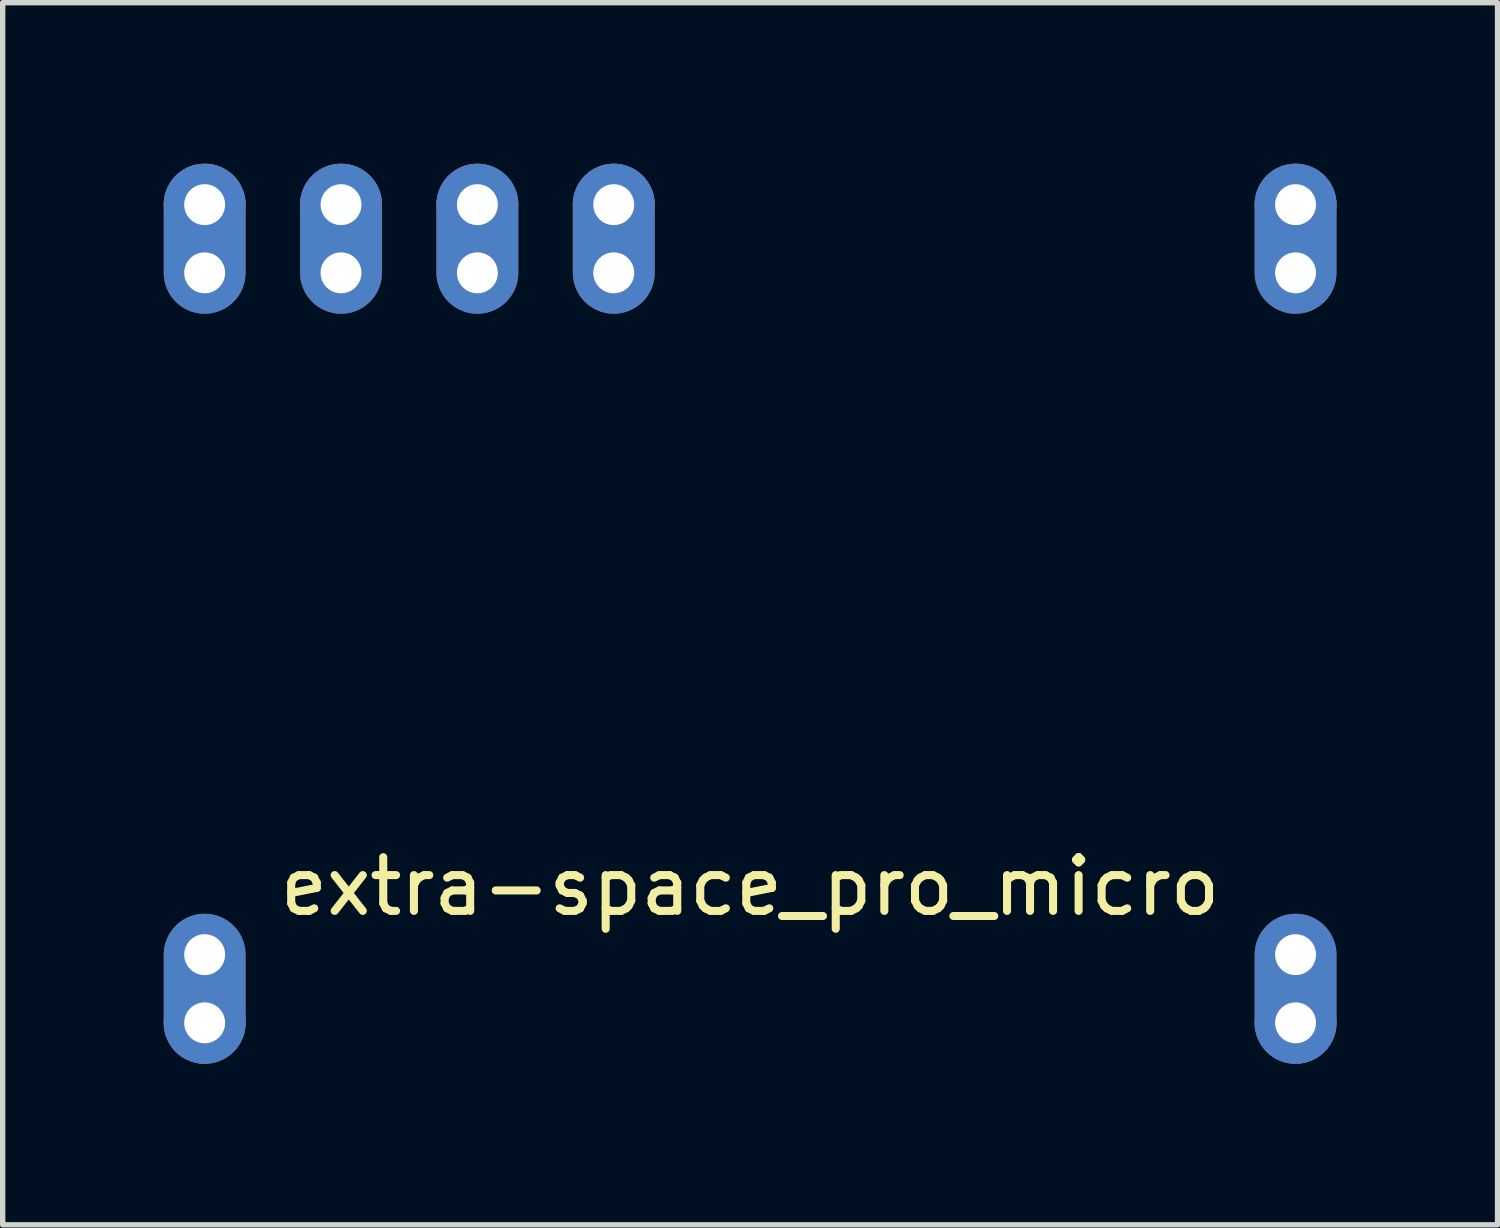
<source format=kicad_pcb>
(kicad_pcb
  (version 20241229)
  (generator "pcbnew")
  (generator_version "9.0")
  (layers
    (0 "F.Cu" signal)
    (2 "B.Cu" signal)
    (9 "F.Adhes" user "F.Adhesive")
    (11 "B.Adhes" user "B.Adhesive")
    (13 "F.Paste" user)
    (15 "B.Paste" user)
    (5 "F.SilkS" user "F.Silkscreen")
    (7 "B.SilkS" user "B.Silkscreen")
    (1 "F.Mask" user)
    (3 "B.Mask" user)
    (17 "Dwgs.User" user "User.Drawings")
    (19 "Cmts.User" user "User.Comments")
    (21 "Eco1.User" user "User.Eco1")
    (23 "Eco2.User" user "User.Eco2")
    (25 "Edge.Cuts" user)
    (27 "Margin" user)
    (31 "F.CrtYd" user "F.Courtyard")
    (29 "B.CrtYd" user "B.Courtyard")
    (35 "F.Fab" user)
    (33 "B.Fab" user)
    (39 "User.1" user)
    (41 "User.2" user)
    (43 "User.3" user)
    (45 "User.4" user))
  (footprint "extra-space_pro_micro"
    (layer "F.Cu")
    (at 10.922 8.382)
    (property "Reference" "extra-space_pro_micro" (at 0 5.08 0) (layer "F.SilkS") (effects (font (size 1 1) (thickness 0.15))))
    (attr through_hole)
    (pad "6" thru_hole circle (at -2.54 -7.62) (size 1.524 1.524) (drill 0.762) (layers "*.Cu" "*.Mask"))
    (pad "6" thru_hole oval (at -2.54 -6.35 180) (size 1.524 2.794) (drill 0.762 (offset 0 0.635)) (layers "*.Cu" "*.Mask"))
    (pad "7" thru_hole circle (at -5.08 -7.62) (size 1.524 1.524) (drill 0.762) (layers "*.Cu" "*.Mask"))
    (pad "7" thru_hole oval (at -5.08 -6.35 180) (size 1.524 2.794) (drill 0.762 (offset 0 0.635)) (layers "*.Cu" "*.Mask"))
    (pad "8" thru_hole circle (at -7.62 -7.62) (size 1.524 1.524) (drill 0.762) (layers "*.Cu" "*.Mask"))
    (pad "8" thru_hole oval (at -7.62 -6.35 180) (size 1.524 2.794) (drill 0.762 (offset 0 0.635)) (layers "*.Cu" "*.Mask"))
    (pad "9" thru_hole circle (at -10.16 -7.62) (size 1.524 1.524) (drill 0.762) (layers "*.Cu" "*.Mask"))
    (pad "9" thru_hole oval (at -10.16 -6.35 180) (size 1.524 2.794) (drill 0.762 (offset 0 0.635)) (layers "*.Cu" "*.Mask"))
    (pad "10" thru_hole oval (at -10.16 6.35) (size 1.524 2.794) (drill 0.762 (offset 0 0.635)) (layers "*.Cu" "*.Mask"))
    (pad "10" thru_hole circle (at -10.16 7.62) (size 1.524 1.524) (drill 0.762) (layers "*.Cu" "*.Mask"))
    (pad "GND" thru_hole circle (at 10.16 -7.62) (size 1.524 1.524) (drill 0.762) (layers "*.Cu" "*.Mask"))
    (pad "GND" thru_hole oval (at 10.16 -6.35 180) (size 1.524 2.794) (drill 0.762 (offset 0 0.635)) (layers "*.Cu" "*.Mask"))
    (pad "VCC" thru_hole oval (at 10.16 6.35) (size 1.524 2.794) (drill 0.762 (offset 0 0.635)) (layers "*.Cu" "*.Mask"))
    (pad "VCC" thru_hole circle (at 10.16 7.62) (size 1.524 1.524) (drill 0.762) (layers "*.Cu" "*.Mask")))
  (gr_rect
    (start -3 -3)
    (end 24.844 19.764)
    (stroke (width 0.1) (type default))
    (fill no)
    (layer "Edge.Cuts")))
</source>
